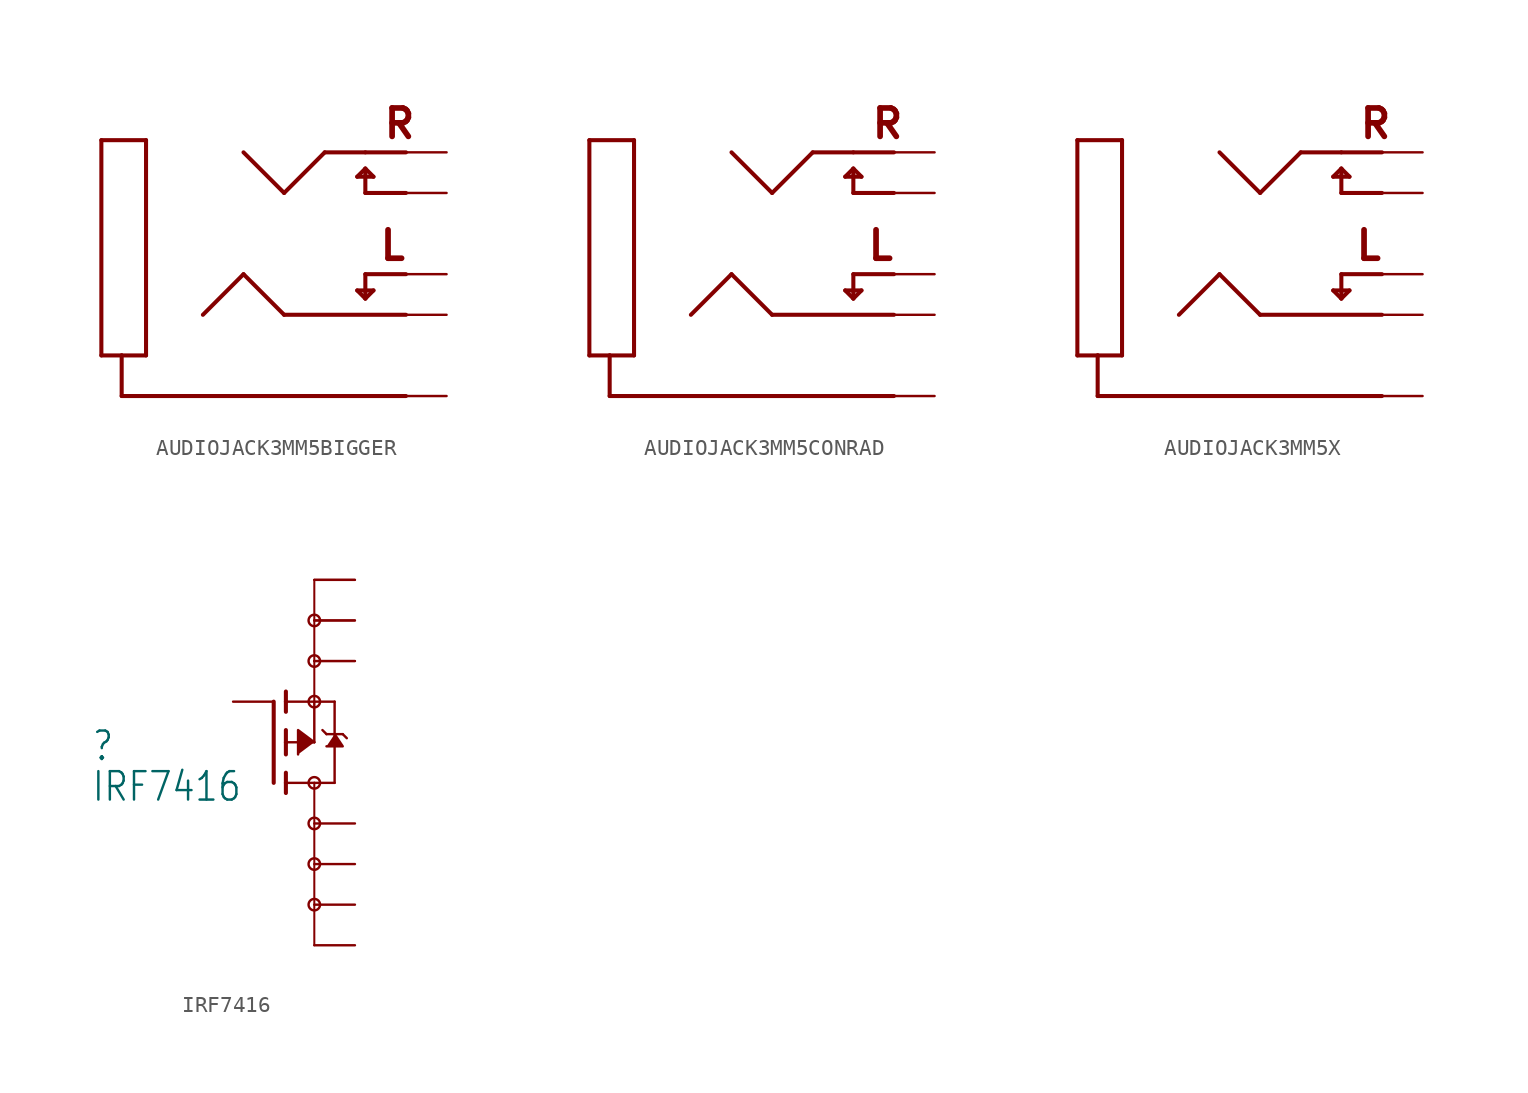
<source format=kicad_sym>
(kicad_symbol_lib
  (version 20201005)
  (generator kicad_symbol_editor)
  (symbol "AUDIOJACK3MM5BIGGER"
    (property "Reference" ""
      (at 0 0 0)
      (effects (font (size 1.27 1.27)) hide))
    (property "ki_locked" ""
      (at 0 0 0)
      (effects (font (size 1.27 1.27))))
    (symbol "AUDIOJACK3MM5BIGGER_1_0"
      (text "R" (at 1.016 3.302 0) (effects (font (size 1.778 1.778) (thickness 0.356) bold) (justify left bottom)))
      (text "L" (at 0.762 -4.318 0) (effects (font (size 1.778 1.778) (thickness 0.356) bold) (justify left bottom)))
      (polyline (pts (xy 2.54 -7.62) (xy -5.08 -7.62)) (stroke (width 0.254)) (fill (type none)))
      (polyline (pts (xy -5.08 -7.62) (xy -7.62 -5.08)) (stroke (width 0.254)) (fill (type none)))
      (polyline (pts (xy -7.62 -5.08) (xy -10.16 -7.62)) (stroke (width 0.254)) (fill (type none)))
      (polyline (pts (xy 2.54 2.54) (xy 0 2.54)) (stroke (width 0.254)) (fill (type none)))
      (polyline (pts (xy 0 2.54) (xy -2.54 2.54)) (stroke (width 0.254)) (fill (type none)))
      (polyline (pts (xy -2.54 2.54) (xy -5.08 0)) (stroke (width 0.254)) (fill (type none)))
      (polyline (pts (xy -5.08 0) (xy -7.62 2.54)) (stroke (width 0.254)) (fill (type none)))
      (polyline (pts (xy 2.54 0) (xy 0 0)) (stroke (width 0.254)) (fill (type none)))
      (polyline (pts (xy 2.54 -5.08) (xy 0 -5.08)) (stroke (width 0.254)) (fill (type none)))
      (polyline (pts (xy 0 -5.08) (xy 0 -6.604)) (stroke (width 0.254)) (fill (type none)))
      (polyline (pts (xy 0 0) (xy 0 1.524)) (stroke (width 0.254)) (fill (type none)))
      (polyline (pts (xy 0 1.524) (xy -0.508 1.016)) (stroke (width 0.254)) (fill (type none)))
      (polyline (pts (xy -0.508 1.016) (xy 0.508 1.016)) (stroke (width 0.254)) (fill (type none)))
      (polyline (pts (xy 0.508 1.016) (xy 0 1.524)) (stroke (width 0.254)) (fill (type none)))
      (polyline (pts (xy 0 -6.604) (xy 0.508 -6.096)) (stroke (width 0.254)) (fill (type none)))
      (polyline (pts (xy 0.508 -6.096) (xy -0.508 -6.096)) (stroke (width 0.254)) (fill (type none)))
      (polyline (pts (xy -0.508 -6.096) (xy 0 -6.604)) (stroke (width 0.254)) (fill (type none)))
      (polyline (pts (xy 2.54 -12.7) (xy -15.24 -12.7)) (stroke (width 0.254)) (fill (type none)))
      (polyline (pts (xy -15.24 -12.7) (xy -15.24 -10.16)) (stroke (width 0.254)) (fill (type none)))
      (polyline (pts (xy -15.24 -10.16) (xy -13.716 -10.16)) (stroke (width 0.254)) (fill (type none)))
      (polyline (pts (xy -13.716 -10.16) (xy -13.716 3.302)) (stroke (width 0.254)) (fill (type none)))
      (polyline (pts (xy -13.716 3.302) (xy -16.51 3.302)) (stroke (width 0.254)) (fill (type none)))
      (polyline (pts (xy -16.51 3.302) (xy -16.51 -10.16)) (stroke (width 0.254)) (fill (type none)))
      (polyline (pts (xy -16.51 -10.16) (xy -15.24 -10.16)) (stroke (width 0.254)) (fill (type none)))
      (pin bidirectional line (at 5.08 2.54 180) (length 2.54) (name "P$1" (effects (font (size 0 0)))) (number "P_RIGHT" (effects (font (size 0 0)))))
      (pin bidirectional line (at 5.08 0 180) (length 2.54) (name "P$2" (effects (font (size 0 0)))) (number "P_G_R" (effects (font (size 0 0)))))
      (pin bidirectional line (at 5.08 -5.08 180) (length 2.54) (name "P$3" (effects (font (size 0 0)))) (number "P_G_L" (effects (font (size 0 0)))))
      (pin bidirectional line (at 5.08 -7.62 180) (length 2.54) (name "P$4" (effects (font (size 0 0)))) (number "P_LEFT" (effects (font (size 0 0)))))
      (pin bidirectional line (at 5.08 -12.7 180) (length 2.54) (name "P$5" (effects (font (size 0 0)))) (number "P_GND" (effects (font (size 0 0)))))))
  (symbol "AUDIOJACK3MM5CONRAD"
    (property "Reference" ""
      (at 0 0 0)
      (effects (font (size 1.27 1.27)) hide))
    (property "ki_locked" ""
      (at 0 0 0)
      (effects (font (size 1.27 1.27))))
    (symbol "AUDIOJACK3MM5CONRAD_1_0"
      (text "R" (at 1.016 3.302 0) (effects (font (size 1.778 1.778) (thickness 0.356) bold) (justify left bottom)))
      (text "L" (at 0.762 -4.318 0) (effects (font (size 1.778 1.778) (thickness 0.356) bold) (justify left bottom)))
      (polyline (pts (xy 2.54 -7.62) (xy -5.08 -7.62)) (stroke (width 0.254)) (fill (type none)))
      (polyline (pts (xy -5.08 -7.62) (xy -7.62 -5.08)) (stroke (width 0.254)) (fill (type none)))
      (polyline (pts (xy -7.62 -5.08) (xy -10.16 -7.62)) (stroke (width 0.254)) (fill (type none)))
      (polyline (pts (xy 2.54 2.54) (xy 0 2.54)) (stroke (width 0.254)) (fill (type none)))
      (polyline (pts (xy 0 2.54) (xy -2.54 2.54)) (stroke (width 0.254)) (fill (type none)))
      (polyline (pts (xy -2.54 2.54) (xy -5.08 0)) (stroke (width 0.254)) (fill (type none)))
      (polyline (pts (xy -5.08 0) (xy -7.62 2.54)) (stroke (width 0.254)) (fill (type none)))
      (polyline (pts (xy 2.54 0) (xy 0 0)) (stroke (width 0.254)) (fill (type none)))
      (polyline (pts (xy 2.54 -5.08) (xy 0 -5.08)) (stroke (width 0.254)) (fill (type none)))
      (polyline (pts (xy 0 -5.08) (xy 0 -6.604)) (stroke (width 0.254)) (fill (type none)))
      (polyline (pts (xy 0 0) (xy 0 1.524)) (stroke (width 0.254)) (fill (type none)))
      (polyline (pts (xy 0 1.524) (xy -0.508 1.016)) (stroke (width 0.254)) (fill (type none)))
      (polyline (pts (xy -0.508 1.016) (xy 0.508 1.016)) (stroke (width 0.254)) (fill (type none)))
      (polyline (pts (xy 0.508 1.016) (xy 0 1.524)) (stroke (width 0.254)) (fill (type none)))
      (polyline (pts (xy 0 -6.604) (xy 0.508 -6.096)) (stroke (width 0.254)) (fill (type none)))
      (polyline (pts (xy 0.508 -6.096) (xy -0.508 -6.096)) (stroke (width 0.254)) (fill (type none)))
      (polyline (pts (xy -0.508 -6.096) (xy 0 -6.604)) (stroke (width 0.254)) (fill (type none)))
      (polyline (pts (xy 2.54 -12.7) (xy -15.24 -12.7)) (stroke (width 0.254)) (fill (type none)))
      (polyline (pts (xy -15.24 -12.7) (xy -15.24 -10.16)) (stroke (width 0.254)) (fill (type none)))
      (polyline (pts (xy -15.24 -10.16) (xy -13.716 -10.16)) (stroke (width 0.254)) (fill (type none)))
      (polyline (pts (xy -13.716 -10.16) (xy -13.716 3.302)) (stroke (width 0.254)) (fill (type none)))
      (polyline (pts (xy -13.716 3.302) (xy -16.51 3.302)) (stroke (width 0.254)) (fill (type none)))
      (polyline (pts (xy -16.51 3.302) (xy -16.51 -10.16)) (stroke (width 0.254)) (fill (type none)))
      (polyline (pts (xy -16.51 -10.16) (xy -15.24 -10.16)) (stroke (width 0.254)) (fill (type none)))
      (pin bidirectional line (at 5.08 2.54 180) (length 2.54) (name "P$1" (effects (font (size 0 0)))) (number "P_RIGHT" (effects (font (size 0 0)))))
      (pin bidirectional line (at 5.08 0 180) (length 2.54) (name "P$2" (effects (font (size 0 0)))) (number "P_G_R" (effects (font (size 0 0)))))
      (pin bidirectional line (at 5.08 -5.08 180) (length 2.54) (name "P$3" (effects (font (size 0 0)))) (number "P_G_L" (effects (font (size 0 0)))))
      (pin bidirectional line (at 5.08 -7.62 180) (length 2.54) (name "P$4" (effects (font (size 0 0)))) (number "P_LEFT" (effects (font (size 0 0)))))
      (pin bidirectional line (at 5.08 -12.7 180) (length 2.54) (name "P$5" (effects (font (size 0 0)))) (number "P_GND" (effects (font (size 0 0)))))))
  (symbol "AUDIOJACK3MM5X"
    (property "Reference" ""
      (at 0 0 0)
      (effects (font (size 1.27 1.27)) hide))
    (property "ki_locked" ""
      (at 0 0 0)
      (effects (font (size 1.27 1.27))))
    (symbol "AUDIOJACK3MM5X_1_0"
      (text "R" (at 1.016 3.302 0) (effects (font (size 1.778 1.778) (thickness 0.356) bold) (justify left bottom)))
      (text "L" (at 0.762 -4.318 0) (effects (font (size 1.778 1.778) (thickness 0.356) bold) (justify left bottom)))
      (polyline (pts (xy 2.54 -7.62) (xy -5.08 -7.62)) (stroke (width 0.254)) (fill (type none)))
      (polyline (pts (xy -5.08 -7.62) (xy -7.62 -5.08)) (stroke (width 0.254)) (fill (type none)))
      (polyline (pts (xy -7.62 -5.08) (xy -10.16 -7.62)) (stroke (width 0.254)) (fill (type none)))
      (polyline (pts (xy 2.54 2.54) (xy 0 2.54)) (stroke (width 0.254)) (fill (type none)))
      (polyline (pts (xy 0 2.54) (xy -2.54 2.54)) (stroke (width 0.254)) (fill (type none)))
      (polyline (pts (xy -2.54 2.54) (xy -5.08 0)) (stroke (width 0.254)) (fill (type none)))
      (polyline (pts (xy -5.08 0) (xy -7.62 2.54)) (stroke (width 0.254)) (fill (type none)))
      (polyline (pts (xy 2.54 0) (xy 0 0)) (stroke (width 0.254)) (fill (type none)))
      (polyline (pts (xy 2.54 -5.08) (xy 0 -5.08)) (stroke (width 0.254)) (fill (type none)))
      (polyline (pts (xy 0 -5.08) (xy 0 -6.604)) (stroke (width 0.254)) (fill (type none)))
      (polyline (pts (xy 0 0) (xy 0 1.524)) (stroke (width 0.254)) (fill (type none)))
      (polyline (pts (xy 0 1.524) (xy -0.508 1.016)) (stroke (width 0.254)) (fill (type none)))
      (polyline (pts (xy -0.508 1.016) (xy 0.508 1.016)) (stroke (width 0.254)) (fill (type none)))
      (polyline (pts (xy 0.508 1.016) (xy 0 1.524)) (stroke (width 0.254)) (fill (type none)))
      (polyline (pts (xy 0 -6.604) (xy 0.508 -6.096)) (stroke (width 0.254)) (fill (type none)))
      (polyline (pts (xy 0.508 -6.096) (xy -0.508 -6.096)) (stroke (width 0.254)) (fill (type none)))
      (polyline (pts (xy -0.508 -6.096) (xy 0 -6.604)) (stroke (width 0.254)) (fill (type none)))
      (polyline (pts (xy 2.54 -12.7) (xy -15.24 -12.7)) (stroke (width 0.254)) (fill (type none)))
      (polyline (pts (xy -15.24 -12.7) (xy -15.24 -10.16)) (stroke (width 0.254)) (fill (type none)))
      (polyline (pts (xy -15.24 -10.16) (xy -13.716 -10.16)) (stroke (width 0.254)) (fill (type none)))
      (polyline (pts (xy -13.716 -10.16) (xy -13.716 3.302)) (stroke (width 0.254)) (fill (type none)))
      (polyline (pts (xy -13.716 3.302) (xy -16.51 3.302)) (stroke (width 0.254)) (fill (type none)))
      (polyline (pts (xy -16.51 3.302) (xy -16.51 -10.16)) (stroke (width 0.254)) (fill (type none)))
      (polyline (pts (xy -16.51 -10.16) (xy -15.24 -10.16)) (stroke (width 0.254)) (fill (type none)))
      (pin bidirectional line (at 5.08 2.54 180) (length 2.54) (name "P$1" (effects (font (size 0 0)))) (number "P_RIGHT" (effects (font (size 0 0)))))
      (pin bidirectional line (at 5.08 0 180) (length 2.54) (name "P$2" (effects (font (size 0 0)))) (number "P_G_R" (effects (font (size 0 0)))))
      (pin bidirectional line (at 5.08 -5.08 180) (length 2.54) (name "P$3" (effects (font (size 0 0)))) (number "P_G_L" (effects (font (size 0 0)))))
      (pin bidirectional line (at 5.08 -7.62 180) (length 2.54) (name "P$4" (effects (font (size 0 0)))) (number "P_LEFT" (effects (font (size 0 0)))))
      (pin bidirectional line (at 5.08 -12.7 180) (length 2.54) (name "P$5" (effects (font (size 0 0)))) (number "P_GND" (effects (font (size 0 0)))))))
  (symbol "IRF7416"
    (property "Reference" ""
      (at -11.43 3.81 0)
      (effects (font (size 1.778 1.511)) (justify left bottom)))
    (property "Value" "IRF7416"
      (at -11.43 1.27 0)
      (effects (font (size 1.778 1.511)) (justify left bottom)))
    (property "ki_locked" ""
      (at 0 0 0)
      (effects (font (size 1.27 1.27))))
    (symbol "IRF7416_1_0"
      (circle (center 2.54 7.62) (radius 0.359) (stroke (width 0)) (fill (type none)))
      (circle (center 2.54 2.54) (radius 0.359) (stroke (width 0)) (fill (type none)))
      (circle (center 2.54 10.16) (radius 0.359) (stroke (width 0)) (fill (type none)))
      (circle (center 2.54 12.7) (radius 0.359) (stroke (width 0)) (fill (type none)))
      (circle (center 2.54 0) (radius 0.359) (stroke (width 0)) (fill (type none)))
      (circle (center 2.54 -2.54) (radius 0.359) (stroke (width 0)) (fill (type none)))
      (circle (center 2.54 -5.08) (radius 0.359) (stroke (width 0)) (fill (type none)))
      (polyline (pts (xy 0.762 4.318) (xy 0.762 5.08)) (stroke (width 0.254)) (fill (type none)))
      (polyline (pts (xy 0.762 5.08) (xy 0.762 5.842)) (stroke (width 0.254)) (fill (type none)))
      (polyline (pts (xy 0.762 1.905) (xy 0.762 2.54)) (stroke (width 0.254)) (fill (type none)))
      (polyline (pts (xy 0.762 2.54) (xy 0.762 3.175)) (stroke (width 0.254)) (fill (type none)))
      (polyline (pts (xy 0.762 5.08) (xy 2.54 5.08)) (stroke (width 0.152)) (fill (type none)))
      (polyline (pts (xy 2.54 5.08) (xy 2.54 7.62)) (stroke (width 0.152)) (fill (type none)))
      (polyline (pts (xy 0.762 6.985) (xy 0.762 7.62)) (stroke (width 0.254)) (fill (type none)))
      (polyline (pts (xy 0.762 7.62) (xy 0.762 8.255)) (stroke (width 0.254)) (fill (type none)))
      (polyline (pts (xy 0 2.54) (xy 0 7.62)) (stroke (width 0.254)) (fill (type none)))
      (polyline (pts (xy 2.54 7.62) (xy 0.762 7.62)) (stroke (width 0.152)) (fill (type none)))
      (polyline (pts (xy 3.81 2.54) (xy 3.81 5.588)) (stroke (width 0.152)) (fill (type none)))
      (polyline (pts (xy 3.81 5.588) (xy 3.81 7.62)) (stroke (width 0.152)) (fill (type none)))
      (polyline (pts (xy 2.54 7.62) (xy 3.81 7.62)) (stroke (width 0.152)) (fill (type none)))
      (polyline (pts (xy 0.762 2.54) (xy 2.54 2.54)) (stroke (width 0.152)) (fill (type none)))
      (polyline (pts (xy 2.54 2.54) (xy 3.81 2.54)) (stroke (width 0.152)) (fill (type none)))
      (polyline (pts (xy 3.048 5.842) (xy 3.302 5.588)) (stroke (width 0.152)) (fill (type none)))
      (polyline (pts (xy 3.302 5.588) (xy 3.81 5.588)) (stroke (width 0.152)) (fill (type none)))
      (polyline (pts (xy 3.81 5.588) (xy 4.318 5.588)) (stroke (width 0.152)) (fill (type none)))
      (polyline (pts (xy 4.318 5.588) (xy 4.572 5.334)) (stroke (width 0.152)) (fill (type none)))
      (polyline (pts (xy 5.08 12.7) (xy 2.54 12.7)) (stroke (width 0.127)) (fill (type none)))
      (polyline (pts (xy 2.54 12.7) (xy 2.54 10.16)) (stroke (width 0.127)) (fill (type none)))
      (polyline (pts (xy 2.54 10.16) (xy 2.54 7.62)) (stroke (width 0.127)) (fill (type none)))
      (polyline (pts (xy 5.08 10.16) (xy 2.54 10.16)) (stroke (width 0.127)) (fill (type none)))
      (polyline (pts (xy 5.08 15.24) (xy 2.54 15.24)) (stroke (width 0.127)) (fill (type none)))
      (polyline (pts (xy 2.54 15.24) (xy 2.54 12.7)) (stroke (width 0.127)) (fill (type none)))
      (polyline (pts (xy 2.54 -7.62) (xy 2.54 2.54)) (stroke (width 0.127)) (fill (type none)))
      (polyline (pts (xy 3.81 5.588) (xy 4.318 4.826) (xy 3.302 4.826)) (stroke (width 0)) (fill (type outline)))
      (polyline (pts (xy 2.54 5.08) (xy 1.524 5.842) (xy 1.524 4.318)) (stroke (width 0)) (fill (type outline)))
      (pin passive line (at 5.08 10.16 180) (length 2.54) (name "S0" (effects (font (size 0 0)))) (number "1" (effects (font (size 0 0)))))
      (pin passive line (at -2.54 7.62 0) (length 2.54) (name "G" (effects (font (size 0 0)))) (number "4" (effects (font (size 0 0)))))
      (pin passive line (at 5.08 0 180) (length 2.54) (name "D0" (effects (font (size 0 0)))) (number "5" (effects (font (size 0 0)))))
      (pin passive line (at 5.08 12.7 180) (length 2.54) (name "S1" (effects (font (size 0 0)))) (number "2" (effects (font (size 0 0)))))
      (pin passive line (at 5.08 15.24 180) (length 2.54) (name "S2" (effects (font (size 0 0)))) (number "3" (effects (font (size 0 0)))))
      (pin passive line (at 5.08 -2.54 180) (length 2.54) (name "D1" (effects (font (size 0 0)))) (number "6" (effects (font (size 0 0)))))
      (pin passive line (at 5.08 -5.08 180) (length 2.54) (name "D2" (effects (font (size 0 0)))) (number "7" (effects (font (size 0 0)))))
      (pin passive line (at 5.08 -7.62 180) (length 2.54) (name "D3" (effects (font (size 0 0)))) (number "8" (effects (font (size 0 0))))))))
</source>
